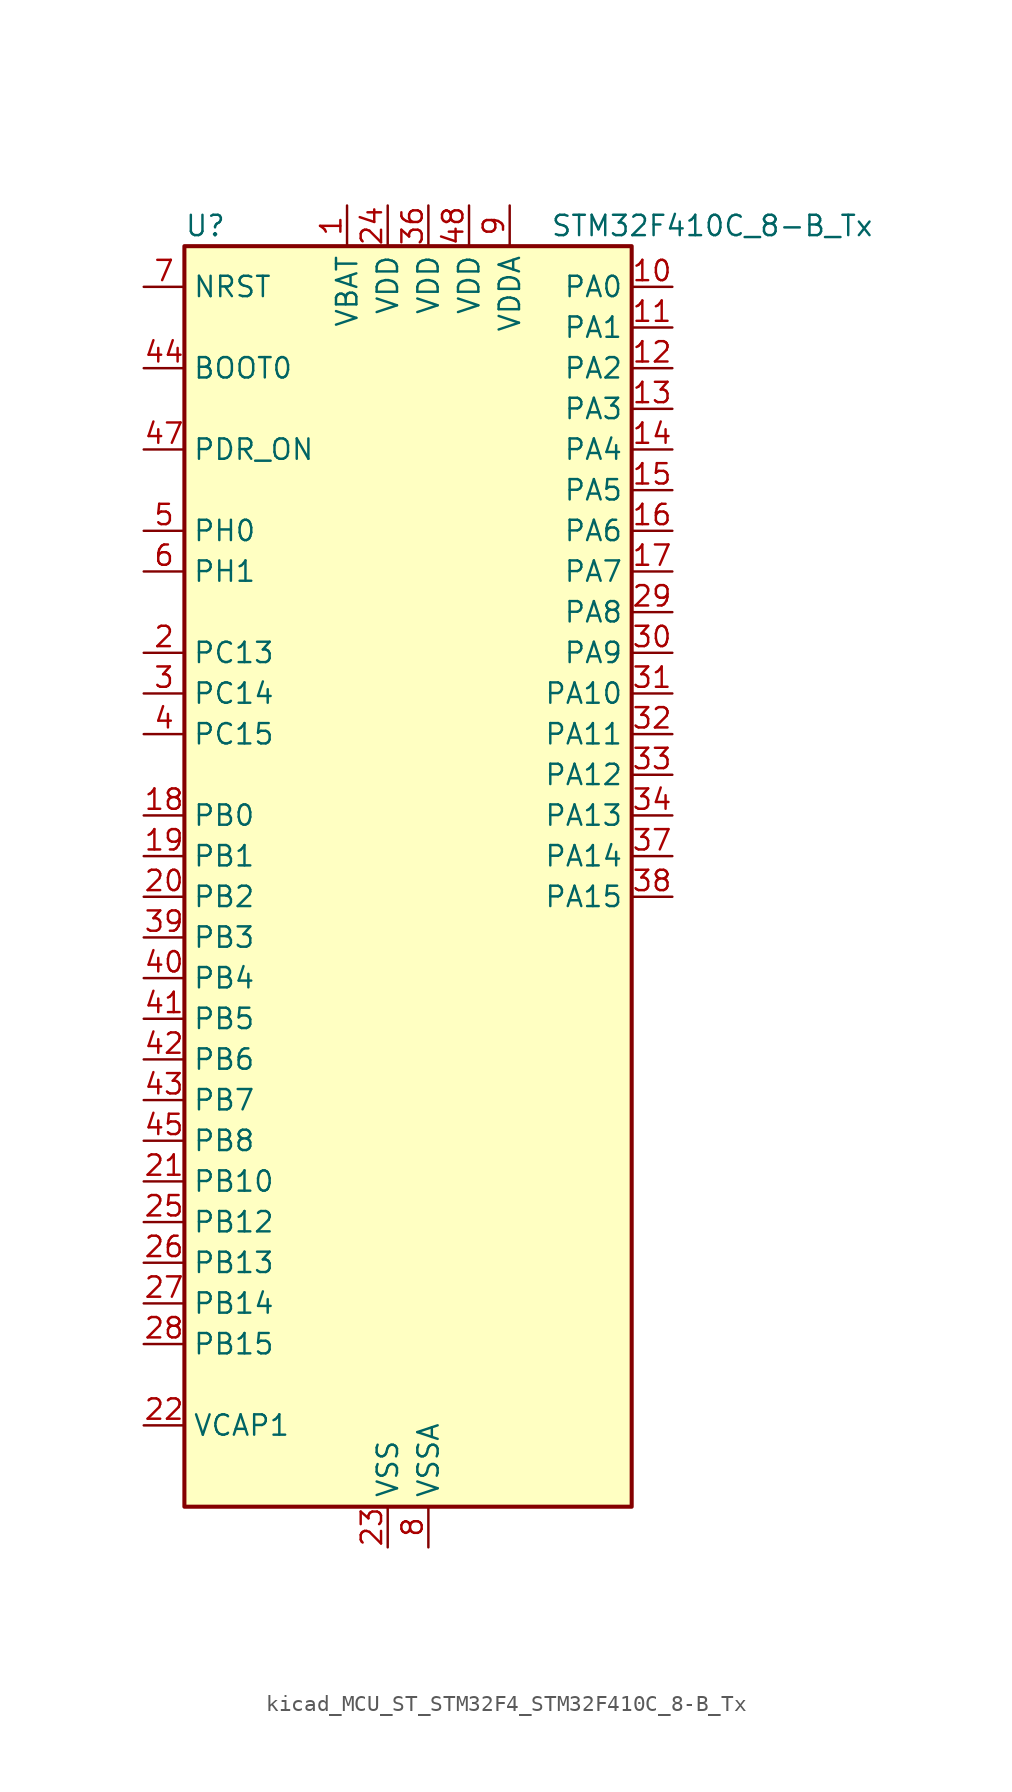
<source format=kicad_sym>
(kicad_symbol_lib
  (version 20220914)
  (generator kicad_symbol_editor)
  (symbol "kicad_MCU_ST_STM32F4_STM32F410C_8-B_Tx"
    (property "Reference" "U"
      (at -12.7 41.91 0)
      (effects (font (size 1.27 1.27)) (justify left)))
    (property "Value" "STM32F410C_8-B_Tx"
      (at 10.16 41.91 0)
      (effects (font (size 1.27 1.27)) (justify left)))
    (property "ki_locked" ""
      (at 0 0 0)
      (effects (font (size 1.27 1.27))))
    (symbol "kicad_MCU_ST_STM32F4_STM32F410C_8-B_Tx_0_1"
      (rectangle (start -12.7 -38.1) (end 15.24 40.64) (stroke (width 0.254) (type default)) (fill (type background))))
    (symbol "kicad_MCU_ST_STM32F4_STM32F410C_8-B_Tx_1_1"
      (pin power_in line (at -2.54 43.18 270) (length 2.54) (name "VBAT" (effects (font (size 1.27 1.27)))) (number "1" (effects (font (size 1.27 1.27)))))
      (pin bidirectional line (at 17.78 38.1 180) (length 2.54) (name "PA0" (effects (font (size 1.27 1.27)))) (number "10" (effects (font (size 1.27 1.27)))) (alternate "ADC1_IN0" bidirectional line) (alternate "SYS_WKUP1" bidirectional line) (alternate "TIM5_CH1" bidirectional line) (alternate "USART2_CTS" bidirectional line))
      (pin bidirectional line (at 17.78 35.56 180) (length 2.54) (name "PA1" (effects (font (size 1.27 1.27)))) (number "11" (effects (font (size 1.27 1.27)))) (alternate "ADC1_IN1" bidirectional line) (alternate "TIM5_CH2" bidirectional line) (alternate "USART2_RTS" bidirectional line))
      (pin bidirectional line (at 17.78 33.02 180) (length 2.54) (name "PA2" (effects (font (size 1.27 1.27)))) (number "12" (effects (font (size 1.27 1.27)))) (alternate "ADC1_IN2" bidirectional line) (alternate "I2S_CKIN" bidirectional line) (alternate "TIM5_CH3" bidirectional line) (alternate "TIM9_CH1" bidirectional line) (alternate "USART2_TX" bidirectional line))
      (pin bidirectional line (at 17.78 30.48 180) (length 2.54) (name "PA3" (effects (font (size 1.27 1.27)))) (number "13" (effects (font (size 1.27 1.27)))) (alternate "ADC1_IN3" bidirectional line) (alternate "I2S2_MCK" bidirectional line) (alternate "TIM5_CH4" bidirectional line) (alternate "TIM9_CH2" bidirectional line) (alternate "USART2_RX" bidirectional line))
      (pin bidirectional line (at 17.78 27.94 180) (length 2.54) (name "PA4" (effects (font (size 1.27 1.27)))) (number "14" (effects (font (size 1.27 1.27)))) (alternate "ADC1_IN4" bidirectional line) (alternate "I2S1_WS" bidirectional line) (alternate "SPI1_NSS" bidirectional line) (alternate "USART2_CK" bidirectional line))
      (pin bidirectional line (at 17.78 25.4 180) (length 2.54) (name "PA5" (effects (font (size 1.27 1.27)))) (number "15" (effects (font (size 1.27 1.27)))) (alternate "ADC1_IN5" bidirectional line) (alternate "DAC_OUT1" bidirectional line) (alternate "I2S1_CK" bidirectional line) (alternate "SPI1_SCK" bidirectional line))
      (pin bidirectional line (at 17.78 22.86 180) (length 2.54) (name "PA6" (effects (font (size 1.27 1.27)))) (number "16" (effects (font (size 1.27 1.27)))) (alternate "ADC1_IN6" bidirectional line) (alternate "I2S2_MCK" bidirectional line) (alternate "SPI1_MISO" bidirectional line) (alternate "TIM1_BKIN" bidirectional line))
      (pin bidirectional line (at 17.78 20.32 180) (length 2.54) (name "PA7" (effects (font (size 1.27 1.27)))) (number "17" (effects (font (size 1.27 1.27)))) (alternate "ADC1_IN7" bidirectional line) (alternate "I2S1_SD" bidirectional line) (alternate "SPI1_MOSI" bidirectional line) (alternate "TIM1_CH1N" bidirectional line))
      (pin bidirectional line (at -15.24 5.08 0) (length 2.54) (name "PB0" (effects (font (size 1.27 1.27)))) (number "18" (effects (font (size 1.27 1.27)))) (alternate "ADC1_IN8" bidirectional line) (alternate "I2S5_CK" bidirectional line) (alternate "SPI5_SCK" bidirectional line) (alternate "TIM1_CH2N" bidirectional line))
      (pin bidirectional line (at -15.24 2.54 0) (length 2.54) (name "PB1" (effects (font (size 1.27 1.27)))) (number "19" (effects (font (size 1.27 1.27)))) (alternate "ADC1_IN9" bidirectional line) (alternate "I2S5_WS" bidirectional line) (alternate "SPI5_NSS" bidirectional line) (alternate "TIM1_CH3N" bidirectional line))
      (pin bidirectional line (at -15.24 15.24 0) (length 2.54) (name "PC13" (effects (font (size 1.27 1.27)))) (number "2" (effects (font (size 1.27 1.27)))) (alternate "RTC_AF1" bidirectional line))
      (pin bidirectional line (at -15.24 0 0) (length 2.54) (name "PB2" (effects (font (size 1.27 1.27)))) (number "20" (effects (font (size 1.27 1.27)))) (alternate "LPTIM1_OUT" bidirectional line))
      (pin bidirectional line (at -15.24 -17.78 0) (length 2.54) (name "PB10" (effects (font (size 1.27 1.27)))) (number "21" (effects (font (size 1.27 1.27)))) (alternate "FMPI2C1_SCL" bidirectional line) (alternate "I2C2_SCL" bidirectional line) (alternate "I2S1_MCK" bidirectional line) (alternate "I2S2_CK" bidirectional line) (alternate "SPI2_SCK" bidirectional line))
      (pin power_out line (at -15.24 -33.02 0) (length 2.54) (name "VCAP1" (effects (font (size 1.27 1.27)))) (number "22" (effects (font (size 1.27 1.27)))))
      (pin power_in line (at 0 -40.64 90) (length 2.54) (name "VSS" (effects (font (size 1.27 1.27)))) (number "23" (effects (font (size 1.27 1.27)))))
      (pin power_in line (at 0 43.18 270) (length 2.54) (name "VDD" (effects (font (size 1.27 1.27)))) (number "24" (effects (font (size 1.27 1.27)))))
      (pin bidirectional line (at -15.24 -20.32 0) (length 2.54) (name "PB12" (effects (font (size 1.27 1.27)))) (number "25" (effects (font (size 1.27 1.27)))) (alternate "I2C2_SMBA" bidirectional line) (alternate "I2S2_WS" bidirectional line) (alternate "SPI2_NSS" bidirectional line) (alternate "TIM1_BKIN" bidirectional line) (alternate "TIM5_CH1" bidirectional line))
      (pin bidirectional line (at -15.24 -22.86 0) (length 2.54) (name "PB13" (effects (font (size 1.27 1.27)))) (number "26" (effects (font (size 1.27 1.27)))) (alternate "FMPI2C1_SMBA" bidirectional line) (alternate "I2S2_CK" bidirectional line) (alternate "SPI2_SCK" bidirectional line) (alternate "TIM1_CH1N" bidirectional line))
      (pin bidirectional line (at -15.24 -25.4 0) (length 2.54) (name "PB14" (effects (font (size 1.27 1.27)))) (number "27" (effects (font (size 1.27 1.27)))) (alternate "FMPI2C1_SDA" bidirectional line) (alternate "SPI2_MISO" bidirectional line) (alternate "TIM1_CH2N" bidirectional line))
      (pin bidirectional line (at -15.24 -27.94 0) (length 2.54) (name "PB15" (effects (font (size 1.27 1.27)))) (number "28" (effects (font (size 1.27 1.27)))) (alternate "ADC1_EXTI15" bidirectional line) (alternate "FMPI2C1_SCL" bidirectional line) (alternate "I2S2_SD" bidirectional line) (alternate "RTC_REFIN" bidirectional line) (alternate "SPI2_MOSI" bidirectional line) (alternate "TIM1_CH3N" bidirectional line))
      (pin bidirectional line (at 17.78 17.78 180) (length 2.54) (name "PA8" (effects (font (size 1.27 1.27)))) (number "29" (effects (font (size 1.27 1.27)))) (alternate "FMPI2C1_SCL" bidirectional line) (alternate "RCC_MCO_1" bidirectional line) (alternate "TIM1_CH1" bidirectional line) (alternate "USART1_CK" bidirectional line))
      (pin bidirectional line (at -15.24 12.7 0) (length 2.54) (name "PC14" (effects (font (size 1.27 1.27)))) (number "3" (effects (font (size 1.27 1.27)))) (alternate "RCC_OSC32_IN" bidirectional line))
      (pin bidirectional line (at 17.78 15.24 180) (length 2.54) (name "PA9" (effects (font (size 1.27 1.27)))) (number "30" (effects (font (size 1.27 1.27)))) (alternate "DAC_EXTI9" bidirectional line) (alternate "TIM1_CH2" bidirectional line) (alternate "USART1_TX" bidirectional line))
      (pin bidirectional line (at 17.78 12.7 180) (length 2.54) (name "PA10" (effects (font (size 1.27 1.27)))) (number "31" (effects (font (size 1.27 1.27)))) (alternate "I2S5_SD" bidirectional line) (alternate "SPI5_MOSI" bidirectional line) (alternate "TIM1_CH3" bidirectional line) (alternate "USART1_RX" bidirectional line))
      (pin bidirectional line (at 17.78 10.16 180) (length 2.54) (name "PA11" (effects (font (size 1.27 1.27)))) (number "32" (effects (font (size 1.27 1.27)))) (alternate "ADC1_EXTI11" bidirectional line) (alternate "TIM1_CH4" bidirectional line) (alternate "USART1_CTS" bidirectional line) (alternate "USART6_TX" bidirectional line))
      (pin bidirectional line (at 17.78 7.62 180) (length 2.54) (name "PA12" (effects (font (size 1.27 1.27)))) (number "33" (effects (font (size 1.27 1.27)))) (alternate "SPI5_MISO" bidirectional line) (alternate "TIM1_ETR" bidirectional line) (alternate "USART1_RTS" bidirectional line) (alternate "USART6_RX" bidirectional line))
      (pin bidirectional line (at 17.78 5.08 180) (length 2.54) (name "PA13" (effects (font (size 1.27 1.27)))) (number "34" (effects (font (size 1.27 1.27)))) (alternate "SYS_JTMS-SWDIO" bidirectional line))
      (pin passive line (at 0 -40.64 90) (length 2.54) hide (name "VSS" (effects (font (size 1.27 1.27)))) (number "35" (effects (font (size 1.27 1.27)))))
      (pin power_in line (at 2.54 43.18 270) (length 2.54) (name "VDD" (effects (font (size 1.27 1.27)))) (number "36" (effects (font (size 1.27 1.27)))))
      (pin bidirectional line (at 17.78 2.54 180) (length 2.54) (name "PA14" (effects (font (size 1.27 1.27)))) (number "37" (effects (font (size 1.27 1.27)))) (alternate "SYS_JTCK-SWCLK" bidirectional line))
      (pin bidirectional line (at 17.78 0 180) (length 2.54) (name "PA15" (effects (font (size 1.27 1.27)))) (number "38" (effects (font (size 1.27 1.27)))) (alternate "ADC1_EXTI15" bidirectional line) (alternate "I2S1_WS" bidirectional line) (alternate "SPI1_NSS" bidirectional line) (alternate "SYS_JTDI" bidirectional line) (alternate "USART1_TX" bidirectional line))
      (pin bidirectional line (at -15.24 -2.54 0) (length 2.54) (name "PB3" (effects (font (size 1.27 1.27)))) (number "39" (effects (font (size 1.27 1.27)))) (alternate "FMPI2C1_SDA" bidirectional line) (alternate "I2C2_SDA" bidirectional line) (alternate "I2S1_CK" bidirectional line) (alternate "SPI1_SCK" bidirectional line) (alternate "SYS_JTDO-SWO" bidirectional line) (alternate "USART1_RX" bidirectional line))
      (pin bidirectional line (at -15.24 10.16 0) (length 2.54) (name "PC15" (effects (font (size 1.27 1.27)))) (number "4" (effects (font (size 1.27 1.27)))) (alternate "ADC1_EXTI15" bidirectional line) (alternate "RCC_OSC32_OUT" bidirectional line))
      (pin bidirectional line (at -15.24 -5.08 0) (length 2.54) (name "PB4" (effects (font (size 1.27 1.27)))) (number "40" (effects (font (size 1.27 1.27)))) (alternate "SPI1_MISO" bidirectional line) (alternate "SYS_JTRST" bidirectional line))
      (pin bidirectional line (at -15.24 -7.62 0) (length 2.54) (name "PB5" (effects (font (size 1.27 1.27)))) (number "41" (effects (font (size 1.27 1.27)))) (alternate "I2C1_SMBA" bidirectional line) (alternate "I2S1_SD" bidirectional line) (alternate "LPTIM1_IN1" bidirectional line) (alternate "SPI1_MOSI" bidirectional line))
      (pin bidirectional line (at -15.24 -10.16 0) (length 2.54) (name "PB6" (effects (font (size 1.27 1.27)))) (number "42" (effects (font (size 1.27 1.27)))) (alternate "I2C1_SCL" bidirectional line) (alternate "LPTIM1_ETR" bidirectional line) (alternate "USART1_TX" bidirectional line))
      (pin bidirectional line (at -15.24 -12.7 0) (length 2.54) (name "PB7" (effects (font (size 1.27 1.27)))) (number "43" (effects (font (size 1.27 1.27)))) (alternate "I2C1_SDA" bidirectional line) (alternate "LPTIM1_IN2" bidirectional line) (alternate "USART1_RX" bidirectional line))
      (pin input line (at -15.24 33.02 0) (length 2.54) (name "BOOT0" (effects (font (size 1.27 1.27)))) (number "44" (effects (font (size 1.27 1.27)))))
      (pin bidirectional line (at -15.24 -15.24 0) (length 2.54) (name "PB8" (effects (font (size 1.27 1.27)))) (number "45" (effects (font (size 1.27 1.27)))) (alternate "I2C1_SCL" bidirectional line) (alternate "I2S5_SD" bidirectional line) (alternate "LPTIM1_OUT" bidirectional line) (alternate "SPI5_MOSI" bidirectional line))
      (pin passive line (at 0 -40.64 90) (length 2.54) hide (name "VSS" (effects (font (size 1.27 1.27)))) (number "46" (effects (font (size 1.27 1.27)))))
      (pin input line (at -15.24 27.94 0) (length 2.54) (name "PDR_ON" (effects (font (size 1.27 1.27)))) (number "47" (effects (font (size 1.27 1.27)))))
      (pin power_in line (at 5.08 43.18 270) (length 2.54) (name "VDD" (effects (font (size 1.27 1.27)))) (number "48" (effects (font (size 1.27 1.27)))))
      (pin bidirectional line (at -15.24 22.86 0) (length 2.54) (name "PH0" (effects (font (size 1.27 1.27)))) (number "5" (effects (font (size 1.27 1.27)))) (alternate "RCC_OSC_IN" bidirectional line))
      (pin bidirectional line (at -15.24 20.32 0) (length 2.54) (name "PH1" (effects (font (size 1.27 1.27)))) (number "6" (effects (font (size 1.27 1.27)))) (alternate "RCC_OSC_OUT" bidirectional line))
      (pin input line (at -15.24 38.1 0) (length 2.54) (name "NRST" (effects (font (size 1.27 1.27)))) (number "7" (effects (font (size 1.27 1.27)))))
      (pin power_in line (at 2.54 -40.64 90) (length 2.54) (name "VSSA" (effects (font (size 1.27 1.27)))) (number "8" (effects (font (size 1.27 1.27)))))
      (pin power_in line (at 7.62 43.18 270) (length 2.54) (name "VDDA" (effects (font (size 1.27 1.27)))) (number "9" (effects (font (size 1.27 1.27))))))))
</source>
